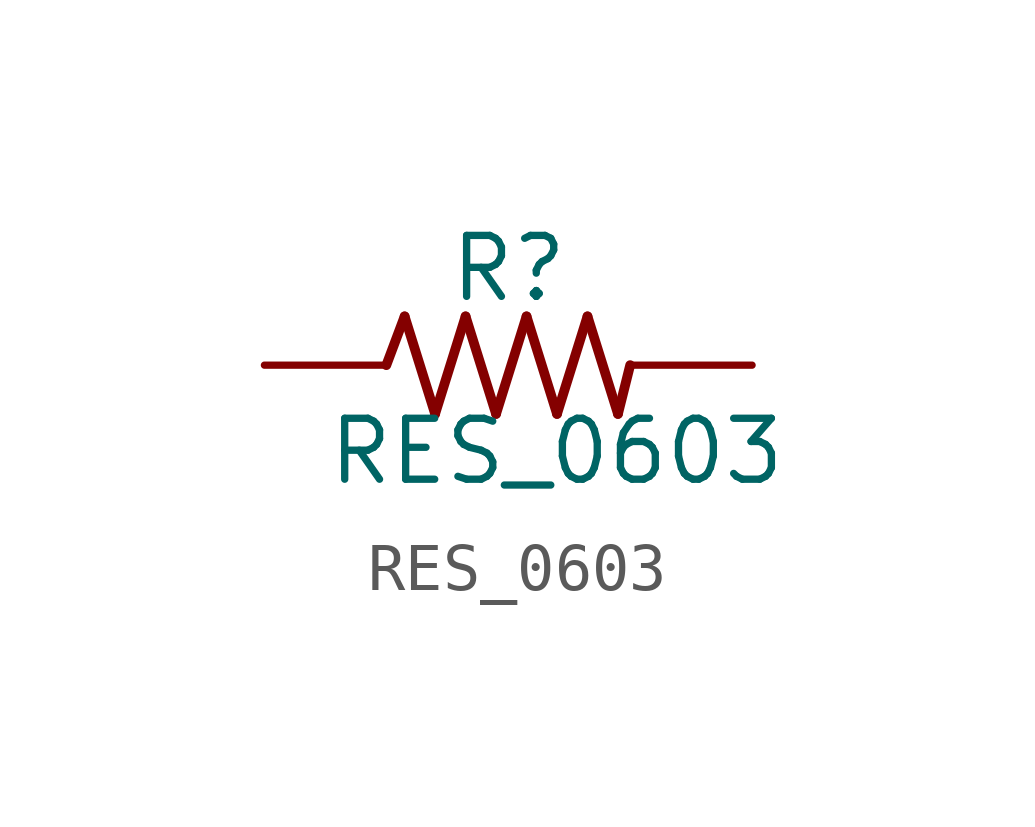
<source format=kicad_sym>
(kicad_symbol_lib
  (version 20211014)
  (generator kicad_symbol_editor)
  (symbol "RES_0603"
    (pin_numbers hide)
    (pin_names
      (offset 1.016) hide)
    (property "Reference" "R"
      (at -1.27 1.27 0)
      (effects (font (size 1.27 1.27)) (justify left bottom)))
    (property "Value" "RES_0603"
      (at -3.81 -2.54 0)
      (effects (font (size 1.27 1.27)) (justify left bottom)))
    (symbol "RES_0603_0_0"
      (polyline (pts (xy -2.54 0) (xy -2.159 1.016)) (stroke (width 0.203) (type default) (color 0 0 0 0)) (fill (type none)))
      (polyline (pts (xy -2.159 1.016) (xy -1.524 -1.016)) (stroke (width 0.203) (type default) (color 0 0 0 0)) (fill (type none)))
      (polyline (pts (xy -1.524 -1.016) (xy -0.889 1.016)) (stroke (width 0.203) (type default) (color 0 0 0 0)) (fill (type none)))
      (polyline (pts (xy -0.889 1.016) (xy -0.254 -1.016)) (stroke (width 0.203) (type default) (color 0 0 0 0)) (fill (type none)))
      (polyline (pts (xy -0.254 -1.016) (xy 0.381 1.016)) (stroke (width 0.203) (type default) (color 0 0 0 0)) (fill (type none)))
      (polyline (pts (xy 0.381 1.016) (xy 1.016 -1.016)) (stroke (width 0.203) (type default) (color 0 0 0 0)) (fill (type none)))
      (polyline (pts (xy 1.016 -1.016) (xy 1.651 1.016)) (stroke (width 0.203) (type default) (color 0 0 0 0)) (fill (type none)))
      (polyline (pts (xy 1.651 1.016) (xy 2.286 -1.016)) (stroke (width 0.203) (type default) (color 0 0 0 0)) (fill (type none)))
      (polyline (pts (xy 2.286 -1.016) (xy 2.54 0)) (stroke (width 0.203) (type default) (color 0 0 0 0)) (fill (type none)))
      (pin passive line (at -5.08 0 0) (length 2.54) (name "~" (effects (font (size 1.016 1.016)))) (number "1" (effects (font (size 1.016 1.016)))))
      (pin passive line (at 5.08 0 180) (length 2.54) (name "~" (effects (font (size 1.016 1.016)))) (number "2" (effects (font (size 1.016 1.016))))))))
</source>
